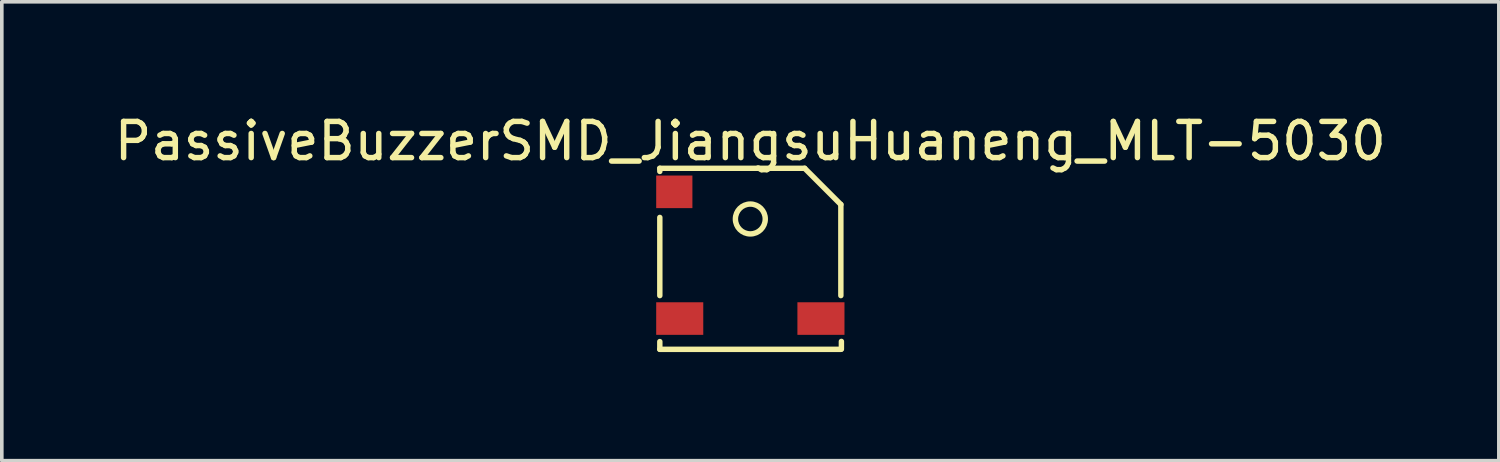
<source format=kicad_pcb>
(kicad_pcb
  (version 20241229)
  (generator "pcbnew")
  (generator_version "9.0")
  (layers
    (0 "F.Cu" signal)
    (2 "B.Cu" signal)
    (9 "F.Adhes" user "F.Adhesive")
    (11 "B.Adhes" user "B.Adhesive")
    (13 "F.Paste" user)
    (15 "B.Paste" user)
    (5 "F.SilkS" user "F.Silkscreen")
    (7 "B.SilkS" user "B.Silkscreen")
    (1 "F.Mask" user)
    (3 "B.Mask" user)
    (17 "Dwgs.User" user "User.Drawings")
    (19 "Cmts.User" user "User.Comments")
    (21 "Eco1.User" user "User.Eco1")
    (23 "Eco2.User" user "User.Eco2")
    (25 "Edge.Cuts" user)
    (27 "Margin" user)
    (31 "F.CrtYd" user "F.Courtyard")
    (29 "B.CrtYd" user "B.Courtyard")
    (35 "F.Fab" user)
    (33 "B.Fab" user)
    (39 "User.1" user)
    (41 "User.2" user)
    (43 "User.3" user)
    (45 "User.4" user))
  (footprint "PassiveBuzzerSMD_JiangsuHuaneng_MLT-5030"
    (layer "F.Cu")
    (at 17.673 4.098)
    (property "Reference" "PassiveBuzzerSMD_JiangsuHuaneng_MLT-5030" (at 0 -3.25 0) (layer "F.SilkS") (effects (font (size 1 1) (thickness 0.15))))
    (attr through_hole)
    (fp_line (start -2.5 -2.5) (end -2.5 -2.413) (stroke (width 0.15) (type solid)) (layer "F.SilkS"))
    (fp_line (start -2.5 -1.143) (end -2.5 1.016) (stroke (width 0.15) (type solid)) (layer "F.SilkS"))
    (fp_line (start -2.5 2.286) (end -2.5 2.5) (stroke (width 0.15) (type solid)) (layer "F.SilkS"))
    (fp_line (start -2.5 2.5) (end 2.5 2.5) (stroke (width 0.15) (type solid)) (layer "F.SilkS"))
    (fp_line (start 1.5 -2.5) (end -2.5 -2.5) (stroke (width 0.15) (type solid)) (layer "F.SilkS"))
    (fp_line (start 2.5 -1.5) (end 1.5 -2.5) (stroke (width 0.15) (type solid)) (layer "F.SilkS"))
    (fp_line (start 2.5 1.016) (end 2.5 -1.5) (stroke (width 0.15) (type solid)) (layer "F.SilkS"))
    (fp_line (start 2.515 2.281) (end 2.515 2.495) (stroke (width 0.15) (type solid)) (layer "F.SilkS"))
    (fp_circle (center 0 -1.1) (end 0.4 -1) (stroke (width 0.15) (type solid)) (fill no) (layer "F.SilkS"))
    (pad "" smd rect (at -2.1 -1.85) (size 1 0.9) (layers "F.Cu" "F.Mask" "F.Paste"))
    (pad "1" smd rect (at -1.95 1.65) (size 1.3 0.9) (layers "F.Cu" "F.Mask" "F.Paste"))
    (pad "2" smd rect (at 1.95 1.65) (size 1.3 0.9) (layers "F.Cu" "F.Mask" "F.Paste")))
  (gr_rect
    (start -3 -3)
    (end 38.345 9.673)
    (stroke (width 0.1) (type default))
    (fill no)
    (layer "Edge.Cuts")))
</source>
